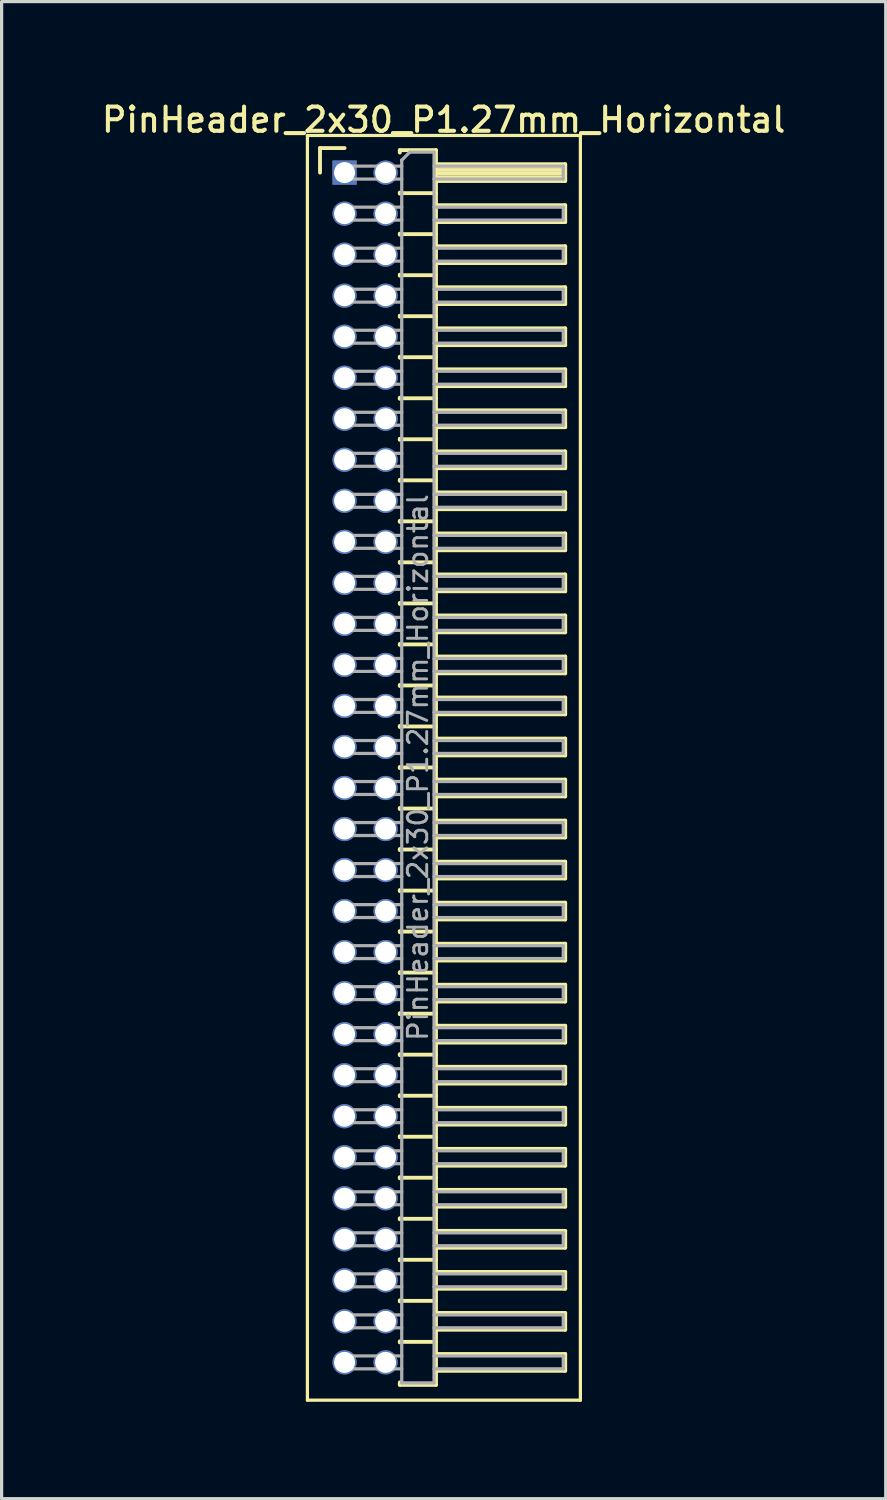
<source format=kicad_pcb>
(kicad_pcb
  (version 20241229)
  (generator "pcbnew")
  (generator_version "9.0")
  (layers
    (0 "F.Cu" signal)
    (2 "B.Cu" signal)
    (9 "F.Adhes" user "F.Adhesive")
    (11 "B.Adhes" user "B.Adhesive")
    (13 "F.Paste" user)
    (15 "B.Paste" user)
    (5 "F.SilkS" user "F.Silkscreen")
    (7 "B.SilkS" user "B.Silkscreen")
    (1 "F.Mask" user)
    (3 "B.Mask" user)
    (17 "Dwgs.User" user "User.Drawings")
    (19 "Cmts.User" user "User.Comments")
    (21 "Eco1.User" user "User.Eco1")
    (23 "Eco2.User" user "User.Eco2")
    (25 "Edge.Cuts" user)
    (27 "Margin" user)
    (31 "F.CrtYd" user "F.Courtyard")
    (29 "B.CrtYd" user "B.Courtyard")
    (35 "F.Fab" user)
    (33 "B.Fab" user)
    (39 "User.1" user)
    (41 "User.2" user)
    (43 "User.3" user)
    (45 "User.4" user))
  (footprint "PinHeader_2x30_P1.27mm_Horizontal"
    (layer "F.Cu")
    (at 7.616 2.293)
    (property "Reference" "PinHeader_2x30_P1.27mm_Horizontal" (at 3.067 -1.635 0) (layer "F.SilkS") (effects (font (size 0.75 0.75) (thickness 0.125))))
    (attr through_hole)
    (fp_line (start -1.15 -1.15) (end -1.15 38) (stroke (width 0.1) (type solid)) (layer "F.SilkS"))
    (fp_line (start -1.15 38) (end 7.3 38) (stroke (width 0.1) (type solid)) (layer "F.SilkS"))
    (fp_line (start -0.76 -0.76) (end 0 -0.76) (stroke (width 0.12) (type solid)) (layer "F.SilkS"))
    (fp_line (start -0.76 0) (end -0.76 -0.76) (stroke (width 0.12) (type solid)) (layer "F.SilkS"))
    (fp_line (start 1.71 -0.695) (end 2.83 -0.695) (stroke (width 0.12) (type solid)) (layer "F.SilkS"))
    (fp_line (start 1.71 -0.62) (end 1.71 -0.695) (stroke (width 0.12) (type solid)) (layer "F.SilkS"))
    (fp_line (start 1.71 0.62) (end 1.71 0.65) (stroke (width 0.12) (type solid)) (layer "F.SilkS"))
    (fp_line (start 1.71 0.635) (end 2.83 0.635) (stroke (width 0.12) (type solid)) (layer "F.SilkS"))
    (fp_line (start 1.71 1.89) (end 1.71 1.92) (stroke (width 0.12) (type solid)) (layer "F.SilkS"))
    (fp_line (start 1.71 1.905) (end 2.83 1.905) (stroke (width 0.12) (type solid)) (layer "F.SilkS"))
    (fp_line (start 1.71 3.16) (end 1.71 3.19) (stroke (width 0.12) (type solid)) (layer "F.SilkS"))
    (fp_line (start 1.71 3.175) (end 2.83 3.175) (stroke (width 0.12) (type solid)) (layer "F.SilkS"))
    (fp_line (start 1.71 4.43) (end 1.71 4.46) (stroke (width 0.12) (type solid)) (layer "F.SilkS"))
    (fp_line (start 1.71 4.445) (end 2.83 4.445) (stroke (width 0.12) (type solid)) (layer "F.SilkS"))
    (fp_line (start 1.71 5.7) (end 1.71 5.73) (stroke (width 0.12) (type solid)) (layer "F.SilkS"))
    (fp_line (start 1.71 5.715) (end 2.83 5.715) (stroke (width 0.12) (type solid)) (layer "F.SilkS"))
    (fp_line (start 1.71 6.97) (end 1.71 7) (stroke (width 0.12) (type solid)) (layer "F.SilkS"))
    (fp_line (start 1.71 6.985) (end 2.83 6.985) (stroke (width 0.12) (type solid)) (layer "F.SilkS"))
    (fp_line (start 1.71 8.24) (end 1.71 8.27) (stroke (width 0.12) (type solid)) (layer "F.SilkS"))
    (fp_line (start 1.71 8.255) (end 2.83 8.255) (stroke (width 0.12) (type solid)) (layer "F.SilkS"))
    (fp_line (start 1.71 9.51) (end 1.71 9.54) (stroke (width 0.12) (type solid)) (layer "F.SilkS"))
    (fp_line (start 1.71 9.525) (end 2.83 9.525) (stroke (width 0.12) (type solid)) (layer "F.SilkS"))
    (fp_line (start 1.71 10.78) (end 1.71 10.81) (stroke (width 0.12) (type solid)) (layer "F.SilkS"))
    (fp_line (start 1.71 10.795) (end 2.83 10.795) (stroke (width 0.12) (type solid)) (layer "F.SilkS"))
    (fp_line (start 1.71 12.05) (end 1.71 12.08) (stroke (width 0.12) (type solid)) (layer "F.SilkS"))
    (fp_line (start 1.71 12.065) (end 2.83 12.065) (stroke (width 0.12) (type solid)) (layer "F.SilkS"))
    (fp_line (start 1.71 13.32) (end 1.71 13.35) (stroke (width 0.12) (type solid)) (layer "F.SilkS"))
    (fp_line (start 1.71 13.335) (end 2.83 13.335) (stroke (width 0.12) (type solid)) (layer "F.SilkS"))
    (fp_line (start 1.71 14.59) (end 1.71 14.62) (stroke (width 0.12) (type solid)) (layer "F.SilkS"))
    (fp_line (start 1.71 14.605) (end 2.83 14.605) (stroke (width 0.12) (type solid)) (layer "F.SilkS"))
    (fp_line (start 1.71 15.86) (end 1.71 15.89) (stroke (width 0.12) (type solid)) (layer "F.SilkS"))
    (fp_line (start 1.71 15.875) (end 2.83 15.875) (stroke (width 0.12) (type solid)) (layer "F.SilkS"))
    (fp_line (start 1.71 17.13) (end 1.71 17.16) (stroke (width 0.12) (type solid)) (layer "F.SilkS"))
    (fp_line (start 1.71 17.145) (end 2.83 17.145) (stroke (width 0.12) (type solid)) (layer "F.SilkS"))
    (fp_line (start 1.71 18.4) (end 1.71 18.43) (stroke (width 0.12) (type solid)) (layer "F.SilkS"))
    (fp_line (start 1.71 18.415) (end 2.83 18.415) (stroke (width 0.12) (type solid)) (layer "F.SilkS"))
    (fp_line (start 1.71 19.67) (end 1.71 19.7) (stroke (width 0.12) (type solid)) (layer "F.SilkS"))
    (fp_line (start 1.71 19.685) (end 2.83 19.685) (stroke (width 0.12) (type solid)) (layer "F.SilkS"))
    (fp_line (start 1.71 20.94) (end 1.71 20.97) (stroke (width 0.12) (type solid)) (layer "F.SilkS"))
    (fp_line (start 1.71 20.955) (end 2.83 20.955) (stroke (width 0.12) (type solid)) (layer "F.SilkS"))
    (fp_line (start 1.71 22.21) (end 1.71 22.24) (stroke (width 0.12) (type solid)) (layer "F.SilkS"))
    (fp_line (start 1.71 22.225) (end 2.83 22.225) (stroke (width 0.12) (type solid)) (layer "F.SilkS"))
    (fp_line (start 1.71 23.48) (end 1.71 23.51) (stroke (width 0.12) (type solid)) (layer "F.SilkS"))
    (fp_line (start 1.71 23.495) (end 2.83 23.495) (stroke (width 0.12) (type solid)) (layer "F.SilkS"))
    (fp_line (start 1.71 24.75) (end 1.71 24.78) (stroke (width 0.12) (type solid)) (layer "F.SilkS"))
    (fp_line (start 1.71 24.765) (end 2.83 24.765) (stroke (width 0.12) (type solid)) (layer "F.SilkS"))
    (fp_line (start 1.71 26.02) (end 1.71 26.05) (stroke (width 0.12) (type solid)) (layer "F.SilkS"))
    (fp_line (start 1.71 26.035) (end 2.83 26.035) (stroke (width 0.12) (type solid)) (layer "F.SilkS"))
    (fp_line (start 1.71 27.29) (end 1.71 27.32) (stroke (width 0.12) (type solid)) (layer "F.SilkS"))
    (fp_line (start 1.71 27.305) (end 2.83 27.305) (stroke (width 0.12) (type solid)) (layer "F.SilkS"))
    (fp_line (start 1.71 28.56) (end 1.71 28.59) (stroke (width 0.12) (type solid)) (layer "F.SilkS"))
    (fp_line (start 1.71 28.575) (end 2.83 28.575) (stroke (width 0.12) (type solid)) (layer "F.SilkS"))
    (fp_line (start 1.71 29.83) (end 1.71 29.86) (stroke (width 0.12) (type solid)) (layer "F.SilkS"))
    (fp_line (start 1.71 29.845) (end 2.83 29.845) (stroke (width 0.12) (type solid)) (layer "F.SilkS"))
    (fp_line (start 1.71 31.1) (end 1.71 31.13) (stroke (width 0.12) (type solid)) (layer "F.SilkS"))
    (fp_line (start 1.71 31.115) (end 2.83 31.115) (stroke (width 0.12) (type solid)) (layer "F.SilkS"))
    (fp_line (start 1.71 32.37) (end 1.71 32.4) (stroke (width 0.12) (type solid)) (layer "F.SilkS"))
    (fp_line (start 1.71 32.385) (end 2.83 32.385) (stroke (width 0.12) (type solid)) (layer "F.SilkS"))
    (fp_line (start 1.71 33.64) (end 1.71 33.67) (stroke (width 0.12) (type solid)) (layer "F.SilkS"))
    (fp_line (start 1.71 33.655) (end 2.83 33.655) (stroke (width 0.12) (type solid)) (layer "F.SilkS"))
    (fp_line (start 1.71 34.91) (end 1.71 34.94) (stroke (width 0.12) (type solid)) (layer "F.SilkS"))
    (fp_line (start 1.71 34.925) (end 2.83 34.925) (stroke (width 0.12) (type solid)) (layer "F.SilkS"))
    (fp_line (start 1.71 36.18) (end 1.71 36.21) (stroke (width 0.12) (type solid)) (layer "F.SilkS"))
    (fp_line (start 1.71 36.195) (end 2.83 36.195) (stroke (width 0.12) (type solid)) (layer "F.SilkS"))
    (fp_line (start 1.71 37.525) (end 1.71 37.45) (stroke (width 0.12) (type solid)) (layer "F.SilkS"))
    (fp_line (start 2.83 -0.695) (end 2.83 37.525) (stroke (width 0.12) (type solid)) (layer "F.SilkS"))
    (fp_line (start 2.83 -0.26) (end 6.83 -0.26) (stroke (width 0.12) (type solid)) (layer "F.SilkS"))
    (fp_line (start 2.83 -0.2) (end 6.83 -0.2) (stroke (width 0.12) (type solid)) (layer "F.SilkS"))
    (fp_line (start 2.83 -0.08) (end 6.83 -0.08) (stroke (width 0.12) (type solid)) (layer "F.SilkS"))
    (fp_line (start 2.83 0.04) (end 6.83 0.04) (stroke (width 0.12) (type solid)) (layer "F.SilkS"))
    (fp_line (start 2.83 0.16) (end 6.83 0.16) (stroke (width 0.12) (type solid)) (layer "F.SilkS"))
    (fp_line (start 2.83 1.01) (end 6.83 1.01) (stroke (width 0.12) (type solid)) (layer "F.SilkS"))
    (fp_line (start 2.83 2.28) (end 6.83 2.28) (stroke (width 0.12) (type solid)) (layer "F.SilkS"))
    (fp_line (start 2.83 3.55) (end 6.83 3.55) (stroke (width 0.12) (type solid)) (layer "F.SilkS"))
    (fp_line (start 2.83 4.82) (end 6.83 4.82) (stroke (width 0.12) (type solid)) (layer "F.SilkS"))
    (fp_line (start 2.83 6.09) (end 6.83 6.09) (stroke (width 0.12) (type solid)) (layer "F.SilkS"))
    (fp_line (start 2.83 7.36) (end 6.83 7.36) (stroke (width 0.12) (type solid)) (layer "F.SilkS"))
    (fp_line (start 2.83 8.63) (end 6.83 8.63) (stroke (width 0.12) (type solid)) (layer "F.SilkS"))
    (fp_line (start 2.83 9.9) (end 6.83 9.9) (stroke (width 0.12) (type solid)) (layer "F.SilkS"))
    (fp_line (start 2.83 11.17) (end 6.83 11.17) (stroke (width 0.12) (type solid)) (layer "F.SilkS"))
    (fp_line (start 2.83 12.44) (end 6.83 12.44) (stroke (width 0.12) (type solid)) (layer "F.SilkS"))
    (fp_line (start 2.83 13.71) (end 6.83 13.71) (stroke (width 0.12) (type solid)) (layer "F.SilkS"))
    (fp_line (start 2.83 14.98) (end 6.83 14.98) (stroke (width 0.12) (type solid)) (layer "F.SilkS"))
    (fp_line (start 2.83 16.25) (end 6.83 16.25) (stroke (width 0.12) (type solid)) (layer "F.SilkS"))
    (fp_line (start 2.83 17.52) (end 6.83 17.52) (stroke (width 0.12) (type solid)) (layer "F.SilkS"))
    (fp_line (start 2.83 18.79) (end 6.83 18.79) (stroke (width 0.12) (type solid)) (layer "F.SilkS"))
    (fp_line (start 2.83 20.06) (end 6.83 20.06) (stroke (width 0.12) (type solid)) (layer "F.SilkS"))
    (fp_line (start 2.83 21.33) (end 6.83 21.33) (stroke (width 0.12) (type solid)) (layer "F.SilkS"))
    (fp_line (start 2.83 22.6) (end 6.83 22.6) (stroke (width 0.12) (type solid)) (layer "F.SilkS"))
    (fp_line (start 2.83 23.87) (end 6.83 23.87) (stroke (width 0.12) (type solid)) (layer "F.SilkS"))
    (fp_line (start 2.83 25.14) (end 6.83 25.14) (stroke (width 0.12) (type solid)) (layer "F.SilkS"))
    (fp_line (start 2.83 26.41) (end 6.83 26.41) (stroke (width 0.12) (type solid)) (layer "F.SilkS"))
    (fp_line (start 2.83 27.68) (end 6.83 27.68) (stroke (width 0.12) (type solid)) (layer "F.SilkS"))
    (fp_line (start 2.83 28.95) (end 6.83 28.95) (stroke (width 0.12) (type solid)) (layer "F.SilkS"))
    (fp_line (start 2.83 30.22) (end 6.83 30.22) (stroke (width 0.12) (type solid)) (layer "F.SilkS"))
    (fp_line (start 2.83 31.49) (end 6.83 31.49) (stroke (width 0.12) (type solid)) (layer "F.SilkS"))
    (fp_line (start 2.83 32.76) (end 6.83 32.76) (stroke (width 0.12) (type solid)) (layer "F.SilkS"))
    (fp_line (start 2.83 34.03) (end 6.83 34.03) (stroke (width 0.12) (type solid)) (layer "F.SilkS"))
    (fp_line (start 2.83 35.3) (end 6.83 35.3) (stroke (width 0.12) (type solid)) (layer "F.SilkS"))
    (fp_line (start 2.83 36.57) (end 6.83 36.57) (stroke (width 0.12) (type solid)) (layer "F.SilkS"))
    (fp_line (start 2.83 37.525) (end 1.71 37.525) (stroke (width 0.12) (type solid)) (layer "F.SilkS"))
    (fp_line (start 6.83 -0.26) (end 6.83 0.26) (stroke (width 0.12) (type solid)) (layer "F.SilkS"))
    (fp_line (start 6.83 0.26) (end 2.83 0.26) (stroke (width 0.12) (type solid)) (layer "F.SilkS"))
    (fp_line (start 6.83 1.01) (end 6.83 1.53) (stroke (width 0.12) (type solid)) (layer "F.SilkS"))
    (fp_line (start 6.83 1.53) (end 2.83 1.53) (stroke (width 0.12) (type solid)) (layer "F.SilkS"))
    (fp_line (start 6.83 2.28) (end 6.83 2.8) (stroke (width 0.12) (type solid)) (layer "F.SilkS"))
    (fp_line (start 6.83 2.8) (end 2.83 2.8) (stroke (width 0.12) (type solid)) (layer "F.SilkS"))
    (fp_line (start 6.83 3.55) (end 6.83 4.07) (stroke (width 0.12) (type solid)) (layer "F.SilkS"))
    (fp_line (start 6.83 4.07) (end 2.83 4.07) (stroke (width 0.12) (type solid)) (layer "F.SilkS"))
    (fp_line (start 6.83 4.82) (end 6.83 5.34) (stroke (width 0.12) (type solid)) (layer "F.SilkS"))
    (fp_line (start 6.83 5.34) (end 2.83 5.34) (stroke (width 0.12) (type solid)) (layer "F.SilkS"))
    (fp_line (start 6.83 6.09) (end 6.83 6.61) (stroke (width 0.12) (type solid)) (layer "F.SilkS"))
    (fp_line (start 6.83 6.61) (end 2.83 6.61) (stroke (width 0.12) (type solid)) (layer "F.SilkS"))
    (fp_line (start 6.83 7.36) (end 6.83 7.88) (stroke (width 0.12) (type solid)) (layer "F.SilkS"))
    (fp_line (start 6.83 7.88) (end 2.83 7.88) (stroke (width 0.12) (type solid)) (layer "F.SilkS"))
    (fp_line (start 6.83 8.63) (end 6.83 9.15) (stroke (width 0.12) (type solid)) (layer "F.SilkS"))
    (fp_line (start 6.83 9.15) (end 2.83 9.15) (stroke (width 0.12) (type solid)) (layer "F.SilkS"))
    (fp_line (start 6.83 9.9) (end 6.83 10.42) (stroke (width 0.12) (type solid)) (layer "F.SilkS"))
    (fp_line (start 6.83 10.42) (end 2.83 10.42) (stroke (width 0.12) (type solid)) (layer "F.SilkS"))
    (fp_line (start 6.83 11.17) (end 6.83 11.69) (stroke (width 0.12) (type solid)) (layer "F.SilkS"))
    (fp_line (start 6.83 11.69) (end 2.83 11.69) (stroke (width 0.12) (type solid)) (layer "F.SilkS"))
    (fp_line (start 6.83 12.44) (end 6.83 12.96) (stroke (width 0.12) (type solid)) (layer "F.SilkS"))
    (fp_line (start 6.83 12.96) (end 2.83 12.96) (stroke (width 0.12) (type solid)) (layer "F.SilkS"))
    (fp_line (start 6.83 13.71) (end 6.83 14.23) (stroke (width 0.12) (type solid)) (layer "F.SilkS"))
    (fp_line (start 6.83 14.23) (end 2.83 14.23) (stroke (width 0.12) (type solid)) (layer "F.SilkS"))
    (fp_line (start 6.83 14.98) (end 6.83 15.5) (stroke (width 0.12) (type solid)) (layer "F.SilkS"))
    (fp_line (start 6.83 15.5) (end 2.83 15.5) (stroke (width 0.12) (type solid)) (layer "F.SilkS"))
    (fp_line (start 6.83 16.25) (end 6.83 16.77) (stroke (width 0.12) (type solid)) (layer "F.SilkS"))
    (fp_line (start 6.83 16.77) (end 2.83 16.77) (stroke (width 0.12) (type solid)) (layer "F.SilkS"))
    (fp_line (start 6.83 17.52) (end 6.83 18.04) (stroke (width 0.12) (type solid)) (layer "F.SilkS"))
    (fp_line (start 6.83 18.04) (end 2.83 18.04) (stroke (width 0.12) (type solid)) (layer "F.SilkS"))
    (fp_line (start 6.83 18.79) (end 6.83 19.31) (stroke (width 0.12) (type solid)) (layer "F.SilkS"))
    (fp_line (start 6.83 19.31) (end 2.83 19.31) (stroke (width 0.12) (type solid)) (layer "F.SilkS"))
    (fp_line (start 6.83 20.06) (end 6.83 20.58) (stroke (width 0.12) (type solid)) (layer "F.SilkS"))
    (fp_line (start 6.83 20.58) (end 2.83 20.58) (stroke (width 0.12) (type solid)) (layer "F.SilkS"))
    (fp_line (start 6.83 21.33) (end 6.83 21.85) (stroke (width 0.12) (type solid)) (layer "F.SilkS"))
    (fp_line (start 6.83 21.85) (end 2.83 21.85) (stroke (width 0.12) (type solid)) (layer "F.SilkS"))
    (fp_line (start 6.83 22.6) (end 6.83 23.12) (stroke (width 0.12) (type solid)) (layer "F.SilkS"))
    (fp_line (start 6.83 23.12) (end 2.83 23.12) (stroke (width 0.12) (type solid)) (layer "F.SilkS"))
    (fp_line (start 6.83 23.87) (end 6.83 24.39) (stroke (width 0.12) (type solid)) (layer "F.SilkS"))
    (fp_line (start 6.83 24.39) (end 2.83 24.39) (stroke (width 0.12) (type solid)) (layer "F.SilkS"))
    (fp_line (start 6.83 25.14) (end 6.83 25.66) (stroke (width 0.12) (type solid)) (layer "F.SilkS"))
    (fp_line (start 6.83 25.66) (end 2.83 25.66) (stroke (width 0.12) (type solid)) (layer "F.SilkS"))
    (fp_line (start 6.83 26.41) (end 6.83 26.93) (stroke (width 0.12) (type solid)) (layer "F.SilkS"))
    (fp_line (start 6.83 26.93) (end 2.83 26.93) (stroke (width 0.12) (type solid)) (layer "F.SilkS"))
    (fp_line (start 6.83 27.68) (end 6.83 28.2) (stroke (width 0.12) (type solid)) (layer "F.SilkS"))
    (fp_line (start 6.83 28.2) (end 2.83 28.2) (stroke (width 0.12) (type solid)) (layer "F.SilkS"))
    (fp_line (start 6.83 28.95) (end 6.83 29.47) (stroke (width 0.12) (type solid)) (layer "F.SilkS"))
    (fp_line (start 6.83 29.47) (end 2.83 29.47) (stroke (width 0.12) (type solid)) (layer "F.SilkS"))
    (fp_line (start 6.83 30.22) (end 6.83 30.74) (stroke (width 0.12) (type solid)) (layer "F.SilkS"))
    (fp_line (start 6.83 30.74) (end 2.83 30.74) (stroke (width 0.12) (type solid)) (layer "F.SilkS"))
    (fp_line (start 6.83 31.49) (end 6.83 32.01) (stroke (width 0.12) (type solid)) (layer "F.SilkS"))
    (fp_line (start 6.83 32.01) (end 2.83 32.01) (stroke (width 0.12) (type solid)) (layer "F.SilkS"))
    (fp_line (start 6.83 32.76) (end 6.83 33.28) (stroke (width 0.12) (type solid)) (layer "F.SilkS"))
    (fp_line (start 6.83 33.28) (end 2.83 33.28) (stroke (width 0.12) (type solid)) (layer "F.SilkS"))
    (fp_line (start 6.83 34.03) (end 6.83 34.55) (stroke (width 0.12) (type solid)) (layer "F.SilkS"))
    (fp_line (start 6.83 34.55) (end 2.83 34.55) (stroke (width 0.12) (type solid)) (layer "F.SilkS"))
    (fp_line (start 6.83 35.3) (end 6.83 35.82) (stroke (width 0.12) (type solid)) (layer "F.SilkS"))
    (fp_line (start 6.83 35.82) (end 2.83 35.82) (stroke (width 0.12) (type solid)) (layer "F.SilkS"))
    (fp_line (start 6.83 36.57) (end 6.83 37.09) (stroke (width 0.12) (type solid)) (layer "F.SilkS"))
    (fp_line (start 6.83 37.09) (end 2.83 37.09) (stroke (width 0.12) (type solid)) (layer "F.SilkS"))
    (fp_line (start 7.3 -1.15) (end -1.15 -1.15) (stroke (width 0.1) (type solid)) (layer "F.SilkS"))
    (fp_line (start 7.3 38) (end 7.3 -1.15) (stroke (width 0.1) (type solid)) (layer "F.SilkS"))
    (fp_line (start -0.2 -0.2) (end -0.2 0.2) (stroke (width 0.1) (type solid)) (layer "F.Fab"))
    (fp_line (start -0.2 -0.2) (end 1.77 -0.2) (stroke (width 0.1) (type solid)) (layer "F.Fab"))
    (fp_line (start -0.2 0.2) (end 1.77 0.2) (stroke (width 0.1) (type solid)) (layer "F.Fab"))
    (fp_line (start -0.2 1.07) (end -0.2 1.47) (stroke (width 0.1) (type solid)) (layer "F.Fab"))
    (fp_line (start -0.2 1.07) (end 1.77 1.07) (stroke (width 0.1) (type solid)) (layer "F.Fab"))
    (fp_line (start -0.2 1.47) (end 1.77 1.47) (stroke (width 0.1) (type solid)) (layer "F.Fab"))
    (fp_line (start -0.2 2.34) (end -0.2 2.74) (stroke (width 0.1) (type solid)) (layer "F.Fab"))
    (fp_line (start -0.2 2.34) (end 1.77 2.34) (stroke (width 0.1) (type solid)) (layer "F.Fab"))
    (fp_line (start -0.2 2.74) (end 1.77 2.74) (stroke (width 0.1) (type solid)) (layer "F.Fab"))
    (fp_line (start -0.2 3.61) (end -0.2 4.01) (stroke (width 0.1) (type solid)) (layer "F.Fab"))
    (fp_line (start -0.2 3.61) (end 1.77 3.61) (stroke (width 0.1) (type solid)) (layer "F.Fab"))
    (fp_line (start -0.2 4.01) (end 1.77 4.01) (stroke (width 0.1) (type solid)) (layer "F.Fab"))
    (fp_line (start -0.2 4.88) (end -0.2 5.28) (stroke (width 0.1) (type solid)) (layer "F.Fab"))
    (fp_line (start -0.2 4.88) (end 1.77 4.88) (stroke (width 0.1) (type solid)) (layer "F.Fab"))
    (fp_line (start -0.2 5.28) (end 1.77 5.28) (stroke (width 0.1) (type solid)) (layer "F.Fab"))
    (fp_line (start -0.2 6.15) (end -0.2 6.55) (stroke (width 0.1) (type solid)) (layer "F.Fab"))
    (fp_line (start -0.2 6.15) (end 1.77 6.15) (stroke (width 0.1) (type solid)) (layer "F.Fab"))
    (fp_line (start -0.2 6.55) (end 1.77 6.55) (stroke (width 0.1) (type solid)) (layer "F.Fab"))
    (fp_line (start -0.2 7.42) (end -0.2 7.82) (stroke (width 0.1) (type solid)) (layer "F.Fab"))
    (fp_line (start -0.2 7.42) (end 1.77 7.42) (stroke (width 0.1) (type solid)) (layer "F.Fab"))
    (fp_line (start -0.2 7.82) (end 1.77 7.82) (stroke (width 0.1) (type solid)) (layer "F.Fab"))
    (fp_line (start -0.2 8.69) (end -0.2 9.09) (stroke (width 0.1) (type solid)) (layer "F.Fab"))
    (fp_line (start -0.2 8.69) (end 1.77 8.69) (stroke (width 0.1) (type solid)) (layer "F.Fab"))
    (fp_line (start -0.2 9.09) (end 1.77 9.09) (stroke (width 0.1) (type solid)) (layer "F.Fab"))
    (fp_line (start -0.2 9.96) (end -0.2 10.36) (stroke (width 0.1) (type solid)) (layer "F.Fab"))
    (fp_line (start -0.2 9.96) (end 1.77 9.96) (stroke (width 0.1) (type solid)) (layer "F.Fab"))
    (fp_line (start -0.2 10.36) (end 1.77 10.36) (stroke (width 0.1) (type solid)) (layer "F.Fab"))
    (fp_line (start -0.2 11.23) (end -0.2 11.63) (stroke (width 0.1) (type solid)) (layer "F.Fab"))
    (fp_line (start -0.2 11.23) (end 1.77 11.23) (stroke (width 0.1) (type solid)) (layer "F.Fab"))
    (fp_line (start -0.2 11.63) (end 1.77 11.63) (stroke (width 0.1) (type solid)) (layer "F.Fab"))
    (fp_line (start -0.2 12.5) (end -0.2 12.9) (stroke (width 0.1) (type solid)) (layer "F.Fab"))
    (fp_line (start -0.2 12.5) (end 1.77 12.5) (stroke (width 0.1) (type solid)) (layer "F.Fab"))
    (fp_line (start -0.2 12.9) (end 1.77 12.9) (stroke (width 0.1) (type solid)) (layer "F.Fab"))
    (fp_line (start -0.2 13.77) (end -0.2 14.17) (stroke (width 0.1) (type solid)) (layer "F.Fab"))
    (fp_line (start -0.2 13.77) (end 1.77 13.77) (stroke (width 0.1) (type solid)) (layer "F.Fab"))
    (fp_line (start -0.2 14.17) (end 1.77 14.17) (stroke (width 0.1) (type solid)) (layer "F.Fab"))
    (fp_line (start -0.2 15.04) (end -0.2 15.44) (stroke (width 0.1) (type solid)) (layer "F.Fab"))
    (fp_line (start -0.2 15.04) (end 1.77 15.04) (stroke (width 0.1) (type solid)) (layer "F.Fab"))
    (fp_line (start -0.2 15.44) (end 1.77 15.44) (stroke (width 0.1) (type solid)) (layer "F.Fab"))
    (fp_line (start -0.2 16.31) (end -0.2 16.71) (stroke (width 0.1) (type solid)) (layer "F.Fab"))
    (fp_line (start -0.2 16.31) (end 1.77 16.31) (stroke (width 0.1) (type solid)) (layer "F.Fab"))
    (fp_line (start -0.2 16.71) (end 1.77 16.71) (stroke (width 0.1) (type solid)) (layer "F.Fab"))
    (fp_line (start -0.2 17.58) (end -0.2 17.98) (stroke (width 0.1) (type solid)) (layer "F.Fab"))
    (fp_line (start -0.2 17.58) (end 1.77 17.58) (stroke (width 0.1) (type solid)) (layer "F.Fab"))
    (fp_line (start -0.2 17.98) (end 1.77 17.98) (stroke (width 0.1) (type solid)) (layer "F.Fab"))
    (fp_line (start -0.2 18.85) (end -0.2 19.25) (stroke (width 0.1) (type solid)) (layer "F.Fab"))
    (fp_line (start -0.2 18.85) (end 1.77 18.85) (stroke (width 0.1) (type solid)) (layer "F.Fab"))
    (fp_line (start -0.2 19.25) (end 1.77 19.25) (stroke (width 0.1) (type solid)) (layer "F.Fab"))
    (fp_line (start -0.2 20.12) (end -0.2 20.52) (stroke (width 0.1) (type solid)) (layer "F.Fab"))
    (fp_line (start -0.2 20.12) (end 1.77 20.12) (stroke (width 0.1) (type solid)) (layer "F.Fab"))
    (fp_line (start -0.2 20.52) (end 1.77 20.52) (stroke (width 0.1) (type solid)) (layer "F.Fab"))
    (fp_line (start -0.2 21.39) (end -0.2 21.79) (stroke (width 0.1) (type solid)) (layer "F.Fab"))
    (fp_line (start -0.2 21.39) (end 1.77 21.39) (stroke (width 0.1) (type solid)) (layer "F.Fab"))
    (fp_line (start -0.2 21.79) (end 1.77 21.79) (stroke (width 0.1) (type solid)) (layer "F.Fab"))
    (fp_line (start -0.2 22.66) (end -0.2 23.06) (stroke (width 0.1) (type solid)) (layer "F.Fab"))
    (fp_line (start -0.2 22.66) (end 1.77 22.66) (stroke (width 0.1) (type solid)) (layer "F.Fab"))
    (fp_line (start -0.2 23.06) (end 1.77 23.06) (stroke (width 0.1) (type solid)) (layer "F.Fab"))
    (fp_line (start -0.2 23.93) (end -0.2 24.33) (stroke (width 0.1) (type solid)) (layer "F.Fab"))
    (fp_line (start -0.2 23.93) (end 1.77 23.93) (stroke (width 0.1) (type solid)) (layer "F.Fab"))
    (fp_line (start -0.2 24.33) (end 1.77 24.33) (stroke (width 0.1) (type solid)) (layer "F.Fab"))
    (fp_line (start -0.2 25.2) (end -0.2 25.6) (stroke (width 0.1) (type solid)) (layer "F.Fab"))
    (fp_line (start -0.2 25.2) (end 1.77 25.2) (stroke (width 0.1) (type solid)) (layer "F.Fab"))
    (fp_line (start -0.2 25.6) (end 1.77 25.6) (stroke (width 0.1) (type solid)) (layer "F.Fab"))
    (fp_line (start -0.2 26.47) (end -0.2 26.87) (stroke (width 0.1) (type solid)) (layer "F.Fab"))
    (fp_line (start -0.2 26.47) (end 1.77 26.47) (stroke (width 0.1) (type solid)) (layer "F.Fab"))
    (fp_line (start -0.2 26.87) (end 1.77 26.87) (stroke (width 0.1) (type solid)) (layer "F.Fab"))
    (fp_line (start -0.2 27.74) (end -0.2 28.14) (stroke (width 0.1) (type solid)) (layer "F.Fab"))
    (fp_line (start -0.2 27.74) (end 1.77 27.74) (stroke (width 0.1) (type solid)) (layer "F.Fab"))
    (fp_line (start -0.2 28.14) (end 1.77 28.14) (stroke (width 0.1) (type solid)) (layer "F.Fab"))
    (fp_line (start -0.2 29.01) (end -0.2 29.41) (stroke (width 0.1) (type solid)) (layer "F.Fab"))
    (fp_line (start -0.2 29.01) (end 1.77 29.01) (stroke (width 0.1) (type solid)) (layer "F.Fab"))
    (fp_line (start -0.2 29.41) (end 1.77 29.41) (stroke (width 0.1) (type solid)) (layer "F.Fab"))
    (fp_line (start -0.2 30.28) (end -0.2 30.68) (stroke (width 0.1) (type solid)) (layer "F.Fab"))
    (fp_line (start -0.2 30.28) (end 1.77 30.28) (stroke (width 0.1) (type solid)) (layer "F.Fab"))
    (fp_line (start -0.2 30.68) (end 1.77 30.68) (stroke (width 0.1) (type solid)) (layer "F.Fab"))
    (fp_line (start -0.2 31.55) (end -0.2 31.95) (stroke (width 0.1) (type solid)) (layer "F.Fab"))
    (fp_line (start -0.2 31.55) (end 1.77 31.55) (stroke (width 0.1) (type solid)) (layer "F.Fab"))
    (fp_line (start -0.2 31.95) (end 1.77 31.95) (stroke (width 0.1) (type solid)) (layer "F.Fab"))
    (fp_line (start -0.2 32.82) (end -0.2 33.22) (stroke (width 0.1) (type solid)) (layer "F.Fab"))
    (fp_line (start -0.2 32.82) (end 1.77 32.82) (stroke (width 0.1) (type solid)) (layer "F.Fab"))
    (fp_line (start -0.2 33.22) (end 1.77 33.22) (stroke (width 0.1) (type solid)) (layer "F.Fab"))
    (fp_line (start -0.2 34.09) (end -0.2 34.49) (stroke (width 0.1) (type solid)) (layer "F.Fab"))
    (fp_line (start -0.2 34.09) (end 1.77 34.09) (stroke (width 0.1) (type solid)) (layer "F.Fab"))
    (fp_line (start -0.2 34.49) (end 1.77 34.49) (stroke (width 0.1) (type solid)) (layer "F.Fab"))
    (fp_line (start -0.2 35.36) (end -0.2 35.76) (stroke (width 0.1) (type solid)) (layer "F.Fab"))
    (fp_line (start -0.2 35.36) (end 1.77 35.36) (stroke (width 0.1) (type solid)) (layer "F.Fab"))
    (fp_line (start -0.2 35.76) (end 1.77 35.76) (stroke (width 0.1) (type solid)) (layer "F.Fab"))
    (fp_line (start -0.2 36.63) (end -0.2 37.03) (stroke (width 0.1) (type solid)) (layer "F.Fab"))
    (fp_line (start -0.2 36.63) (end 1.77 36.63) (stroke (width 0.1) (type solid)) (layer "F.Fab"))
    (fp_line (start -0.2 37.03) (end 1.77 37.03) (stroke (width 0.1) (type solid)) (layer "F.Fab"))
    (fp_line (start 1.77 -0.385) (end 2.02 -0.635) (stroke (width 0.1) (type solid)) (layer "F.Fab"))
    (fp_line (start 1.77 37.465) (end 1.77 -0.385) (stroke (width 0.1) (type solid)) (layer "F.Fab"))
    (fp_line (start 2.02 -0.635) (end 2.77 -0.635) (stroke (width 0.1) (type solid)) (layer "F.Fab"))
    (fp_line (start 2.77 -0.635) (end 2.77 37.465) (stroke (width 0.1) (type solid)) (layer "F.Fab"))
    (fp_line (start 2.77 -0.2) (end 6.77 -0.2) (stroke (width 0.1) (type solid)) (layer "F.Fab"))
    (fp_line (start 2.77 0.2) (end 6.77 0.2) (stroke (width 0.1) (type solid)) (layer "F.Fab"))
    (fp_line (start 2.77 1.07) (end 6.77 1.07) (stroke (width 0.1) (type solid)) (layer "F.Fab"))
    (fp_line (start 2.77 1.47) (end 6.77 1.47) (stroke (width 0.1) (type solid)) (layer "F.Fab"))
    (fp_line (start 2.77 2.34) (end 6.77 2.34) (stroke (width 0.1) (type solid)) (layer "F.Fab"))
    (fp_line (start 2.77 2.74) (end 6.77 2.74) (stroke (width 0.1) (type solid)) (layer "F.Fab"))
    (fp_line (start 2.77 3.61) (end 6.77 3.61) (stroke (width 0.1) (type solid)) (layer "F.Fab"))
    (fp_line (start 2.77 4.01) (end 6.77 4.01) (stroke (width 0.1) (type solid)) (layer "F.Fab"))
    (fp_line (start 2.77 4.88) (end 6.77 4.88) (stroke (width 0.1) (type solid)) (layer "F.Fab"))
    (fp_line (start 2.77 5.28) (end 6.77 5.28) (stroke (width 0.1) (type solid)) (layer "F.Fab"))
    (fp_line (start 2.77 6.15) (end 6.77 6.15) (stroke (width 0.1) (type solid)) (layer "F.Fab"))
    (fp_line (start 2.77 6.55) (end 6.77 6.55) (stroke (width 0.1) (type solid)) (layer "F.Fab"))
    (fp_line (start 2.77 7.42) (end 6.77 7.42) (stroke (width 0.1) (type solid)) (layer "F.Fab"))
    (fp_line (start 2.77 7.82) (end 6.77 7.82) (stroke (width 0.1) (type solid)) (layer "F.Fab"))
    (fp_line (start 2.77 8.69) (end 6.77 8.69) (stroke (width 0.1) (type solid)) (layer "F.Fab"))
    (fp_line (start 2.77 9.09) (end 6.77 9.09) (stroke (width 0.1) (type solid)) (layer "F.Fab"))
    (fp_line (start 2.77 9.96) (end 6.77 9.96) (stroke (width 0.1) (type solid)) (layer "F.Fab"))
    (fp_line (start 2.77 10.36) (end 6.77 10.36) (stroke (width 0.1) (type solid)) (layer "F.Fab"))
    (fp_line (start 2.77 11.23) (end 6.77 11.23) (stroke (width 0.1) (type solid)) (layer "F.Fab"))
    (fp_line (start 2.77 11.63) (end 6.77 11.63) (stroke (width 0.1) (type solid)) (layer "F.Fab"))
    (fp_line (start 2.77 12.5) (end 6.77 12.5) (stroke (width 0.1) (type solid)) (layer "F.Fab"))
    (fp_line (start 2.77 12.9) (end 6.77 12.9) (stroke (width 0.1) (type solid)) (layer "F.Fab"))
    (fp_line (start 2.77 13.77) (end 6.77 13.77) (stroke (width 0.1) (type solid)) (layer "F.Fab"))
    (fp_line (start 2.77 14.17) (end 6.77 14.17) (stroke (width 0.1) (type solid)) (layer "F.Fab"))
    (fp_line (start 2.77 15.04) (end 6.77 15.04) (stroke (width 0.1) (type solid)) (layer "F.Fab"))
    (fp_line (start 2.77 15.44) (end 6.77 15.44) (stroke (width 0.1) (type solid)) (layer "F.Fab"))
    (fp_line (start 2.77 16.31) (end 6.77 16.31) (stroke (width 0.1) (type solid)) (layer "F.Fab"))
    (fp_line (start 2.77 16.71) (end 6.77 16.71) (stroke (width 0.1) (type solid)) (layer "F.Fab"))
    (fp_line (start 2.77 17.58) (end 6.77 17.58) (stroke (width 0.1) (type solid)) (layer "F.Fab"))
    (fp_line (start 2.77 17.98) (end 6.77 17.98) (stroke (width 0.1) (type solid)) (layer "F.Fab"))
    (fp_line (start 2.77 18.85) (end 6.77 18.85) (stroke (width 0.1) (type solid)) (layer "F.Fab"))
    (fp_line (start 2.77 19.25) (end 6.77 19.25) (stroke (width 0.1) (type solid)) (layer "F.Fab"))
    (fp_line (start 2.77 20.12) (end 6.77 20.12) (stroke (width 0.1) (type solid)) (layer "F.Fab"))
    (fp_line (start 2.77 20.52) (end 6.77 20.52) (stroke (width 0.1) (type solid)) (layer "F.Fab"))
    (fp_line (start 2.77 21.39) (end 6.77 21.39) (stroke (width 0.1) (type solid)) (layer "F.Fab"))
    (fp_line (start 2.77 21.79) (end 6.77 21.79) (stroke (width 0.1) (type solid)) (layer "F.Fab"))
    (fp_line (start 2.77 22.66) (end 6.77 22.66) (stroke (width 0.1) (type solid)) (layer "F.Fab"))
    (fp_line (start 2.77 23.06) (end 6.77 23.06) (stroke (width 0.1) (type solid)) (layer "F.Fab"))
    (fp_line (start 2.77 23.93) (end 6.77 23.93) (stroke (width 0.1) (type solid)) (layer "F.Fab"))
    (fp_line (start 2.77 24.33) (end 6.77 24.33) (stroke (width 0.1) (type solid)) (layer "F.Fab"))
    (fp_line (start 2.77 25.2) (end 6.77 25.2) (stroke (width 0.1) (type solid)) (layer "F.Fab"))
    (fp_line (start 2.77 25.6) (end 6.77 25.6) (stroke (width 0.1) (type solid)) (layer "F.Fab"))
    (fp_line (start 2.77 26.47) (end 6.77 26.47) (stroke (width 0.1) (type solid)) (layer "F.Fab"))
    (fp_line (start 2.77 26.87) (end 6.77 26.87) (stroke (width 0.1) (type solid)) (layer "F.Fab"))
    (fp_line (start 2.77 27.74) (end 6.77 27.74) (stroke (width 0.1) (type solid)) (layer "F.Fab"))
    (fp_line (start 2.77 28.14) (end 6.77 28.14) (stroke (width 0.1) (type solid)) (layer "F.Fab"))
    (fp_line (start 2.77 29.01) (end 6.77 29.01) (stroke (width 0.1) (type solid)) (layer "F.Fab"))
    (fp_line (start 2.77 29.41) (end 6.77 29.41) (stroke (width 0.1) (type solid)) (layer "F.Fab"))
    (fp_line (start 2.77 30.28) (end 6.77 30.28) (stroke (width 0.1) (type solid)) (layer "F.Fab"))
    (fp_line (start 2.77 30.68) (end 6.77 30.68) (stroke (width 0.1) (type solid)) (layer "F.Fab"))
    (fp_line (start 2.77 31.55) (end 6.77 31.55) (stroke (width 0.1) (type solid)) (layer "F.Fab"))
    (fp_line (start 2.77 31.95) (end 6.77 31.95) (stroke (width 0.1) (type solid)) (layer "F.Fab"))
    (fp_line (start 2.77 32.82) (end 6.77 32.82) (stroke (width 0.1) (type solid)) (layer "F.Fab"))
    (fp_line (start 2.77 33.22) (end 6.77 33.22) (stroke (width 0.1) (type solid)) (layer "F.Fab"))
    (fp_line (start 2.77 34.09) (end 6.77 34.09) (stroke (width 0.1) (type solid)) (layer "F.Fab"))
    (fp_line (start 2.77 34.49) (end 6.77 34.49) (stroke (width 0.1) (type solid)) (layer "F.Fab"))
    (fp_line (start 2.77 35.36) (end 6.77 35.36) (stroke (width 0.1) (type solid)) (layer "F.Fab"))
    (fp_line (start 2.77 35.76) (end 6.77 35.76) (stroke (width 0.1) (type solid)) (layer "F.Fab"))
    (fp_line (start 2.77 36.63) (end 6.77 36.63) (stroke (width 0.1) (type solid)) (layer "F.Fab"))
    (fp_line (start 2.77 37.03) (end 6.77 37.03) (stroke (width 0.1) (type solid)) (layer "F.Fab"))
    (fp_line (start 2.77 37.465) (end 1.77 37.465) (stroke (width 0.1) (type solid)) (layer "F.Fab"))
    (fp_line (start 6.77 -0.2) (end 6.77 0.2) (stroke (width 0.1) (type solid)) (layer "F.Fab"))
    (fp_line (start 6.77 1.07) (end 6.77 1.47) (stroke (width 0.1) (type solid)) (layer "F.Fab"))
    (fp_line (start 6.77 2.34) (end 6.77 2.74) (stroke (width 0.1) (type solid)) (layer "F.Fab"))
    (fp_line (start 6.77 3.61) (end 6.77 4.01) (stroke (width 0.1) (type solid)) (layer "F.Fab"))
    (fp_line (start 6.77 4.88) (end 6.77 5.28) (stroke (width 0.1) (type solid)) (layer "F.Fab"))
    (fp_line (start 6.77 6.15) (end 6.77 6.55) (stroke (width 0.1) (type solid)) (layer "F.Fab"))
    (fp_line (start 6.77 7.42) (end 6.77 7.82) (stroke (width 0.1) (type solid)) (layer "F.Fab"))
    (fp_line (start 6.77 8.69) (end 6.77 9.09) (stroke (width 0.1) (type solid)) (layer "F.Fab"))
    (fp_line (start 6.77 9.96) (end 6.77 10.36) (stroke (width 0.1) (type solid)) (layer "F.Fab"))
    (fp_line (start 6.77 11.23) (end 6.77 11.63) (stroke (width 0.1) (type solid)) (layer "F.Fab"))
    (fp_line (start 6.77 12.5) (end 6.77 12.9) (stroke (width 0.1) (type solid)) (layer "F.Fab"))
    (fp_line (start 6.77 13.77) (end 6.77 14.17) (stroke (width 0.1) (type solid)) (layer "F.Fab"))
    (fp_line (start 6.77 15.04) (end 6.77 15.44) (stroke (width 0.1) (type solid)) (layer "F.Fab"))
    (fp_line (start 6.77 16.31) (end 6.77 16.71) (stroke (width 0.1) (type solid)) (layer "F.Fab"))
    (fp_line (start 6.77 17.58) (end 6.77 17.98) (stroke (width 0.1) (type solid)) (layer "F.Fab"))
    (fp_line (start 6.77 18.85) (end 6.77 19.25) (stroke (width 0.1) (type solid)) (layer "F.Fab"))
    (fp_line (start 6.77 20.12) (end 6.77 20.52) (stroke (width 0.1) (type solid)) (layer "F.Fab"))
    (fp_line (start 6.77 21.39) (end 6.77 21.79) (stroke (width 0.1) (type solid)) (layer "F.Fab"))
    (fp_line (start 6.77 22.66) (end 6.77 23.06) (stroke (width 0.1) (type solid)) (layer "F.Fab"))
    (fp_line (start 6.77 23.93) (end 6.77 24.33) (stroke (width 0.1) (type solid)) (layer "F.Fab"))
    (fp_line (start 6.77 25.2) (end 6.77 25.6) (stroke (width 0.1) (type solid)) (layer "F.Fab"))
    (fp_line (start 6.77 26.47) (end 6.77 26.87) (stroke (width 0.1) (type solid)) (layer "F.Fab"))
    (fp_line (start 6.77 27.74) (end 6.77 28.14) (stroke (width 0.1) (type solid)) (layer "F.Fab"))
    (fp_line (start 6.77 29.01) (end 6.77 29.41) (stroke (width 0.1) (type solid)) (layer "F.Fab"))
    (fp_line (start 6.77 30.28) (end 6.77 30.68) (stroke (width 0.1) (type solid)) (layer "F.Fab"))
    (fp_line (start 6.77 31.55) (end 6.77 31.95) (stroke (width 0.1) (type solid)) (layer "F.Fab"))
    (fp_line (start 6.77 32.82) (end 6.77 33.22) (stroke (width 0.1) (type solid)) (layer "F.Fab"))
    (fp_line (start 6.77 34.09) (end 6.77 34.49) (stroke (width 0.1) (type solid)) (layer "F.Fab"))
    (fp_line (start 6.77 35.36) (end 6.77 35.76) (stroke (width 0.1) (type solid)) (layer "F.Fab"))
    (fp_line (start 6.77 36.63) (end 6.77 37.03) (stroke (width 0.1) (type solid)) (layer "F.Fab"))
    (fp_text user "${REFERENCE}" (at 2.27 18.415 90) (layer "F.Fab") (effects (font (size 0.6 0.6) (thickness 0.09))))
    (pad "1" thru_hole rect (at 0 0) (size 0.75 0.75) (drill 0.65) (layers "*.Cu" "*.Mask"))
    (pad "2" thru_hole oval (at 1.27 0) (size 0.75 0.75) (drill 0.65) (layers "*.Cu" "*.Mask"))
    (pad "3" thru_hole oval (at 0 1.27) (size 0.75 0.75) (drill 0.65) (layers "*.Cu" "*.Mask"))
    (pad "4" thru_hole oval (at 1.27 1.27) (size 0.75 0.75) (drill 0.65) (layers "*.Cu" "*.Mask"))
    (pad "5" thru_hole oval (at 0 2.54) (size 0.75 0.75) (drill 0.65) (layers "*.Cu" "*.Mask"))
    (pad "6" thru_hole oval (at 1.27 2.54) (size 0.75 0.75) (drill 0.65) (layers "*.Cu" "*.Mask"))
    (pad "7" thru_hole oval (at 0 3.81) (size 0.75 0.75) (drill 0.65) (layers "*.Cu" "*.Mask"))
    (pad "8" thru_hole oval (at 1.27 3.81) (size 0.75 0.75) (drill 0.65) (layers "*.Cu" "*.Mask"))
    (pad "9" thru_hole oval (at 0 5.08) (size 0.75 0.75) (drill 0.65) (layers "*.Cu" "*.Mask"))
    (pad "10" thru_hole oval (at 1.27 5.08) (size 0.75 0.75) (drill 0.65) (layers "*.Cu" "*.Mask"))
    (pad "11" thru_hole oval (at 0 6.35) (size 0.75 0.75) (drill 0.65) (layers "*.Cu" "*.Mask"))
    (pad "12" thru_hole oval (at 1.27 6.35) (size 0.75 0.75) (drill 0.65) (layers "*.Cu" "*.Mask"))
    (pad "13" thru_hole oval (at 0 7.62) (size 0.75 0.75) (drill 0.65) (layers "*.Cu" "*.Mask"))
    (pad "14" thru_hole oval (at 1.27 7.62) (size 0.75 0.75) (drill 0.65) (layers "*.Cu" "*.Mask"))
    (pad "15" thru_hole oval (at 0 8.89) (size 0.75 0.75) (drill 0.65) (layers "*.Cu" "*.Mask"))
    (pad "16" thru_hole oval (at 1.27 8.89) (size 0.75 0.75) (drill 0.65) (layers "*.Cu" "*.Mask"))
    (pad "17" thru_hole oval (at 0 10.16) (size 0.75 0.75) (drill 0.65) (layers "*.Cu" "*.Mask"))
    (pad "18" thru_hole oval (at 1.27 10.16) (size 0.75 0.75) (drill 0.65) (layers "*.Cu" "*.Mask"))
    (pad "19" thru_hole oval (at 0 11.43) (size 0.75 0.75) (drill 0.65) (layers "*.Cu" "*.Mask"))
    (pad "20" thru_hole oval (at 1.27 11.43) (size 0.75 0.75) (drill 0.65) (layers "*.Cu" "*.Mask"))
    (pad "21" thru_hole oval (at 0 12.7) (size 0.75 0.75) (drill 0.65) (layers "*.Cu" "*.Mask"))
    (pad "22" thru_hole oval (at 1.27 12.7) (size 0.75 0.75) (drill 0.65) (layers "*.Cu" "*.Mask"))
    (pad "23" thru_hole oval (at 0 13.97) (size 0.75 0.75) (drill 0.65) (layers "*.Cu" "*.Mask"))
    (pad "24" thru_hole oval (at 1.27 13.97) (size 0.75 0.75) (drill 0.65) (layers "*.Cu" "*.Mask"))
    (pad "25" thru_hole oval (at 0 15.24) (size 0.75 0.75) (drill 0.65) (layers "*.Cu" "*.Mask"))
    (pad "26" thru_hole oval (at 1.27 15.24) (size 0.75 0.75) (drill 0.65) (layers "*.Cu" "*.Mask"))
    (pad "27" thru_hole oval (at 0 16.51) (size 0.75 0.75) (drill 0.65) (layers "*.Cu" "*.Mask"))
    (pad "28" thru_hole oval (at 1.27 16.51) (size 0.75 0.75) (drill 0.65) (layers "*.Cu" "*.Mask"))
    (pad "29" thru_hole oval (at 0 17.78) (size 0.75 0.75) (drill 0.65) (layers "*.Cu" "*.Mask"))
    (pad "30" thru_hole oval (at 1.27 17.78) (size 0.75 0.75) (drill 0.65) (layers "*.Cu" "*.Mask"))
    (pad "31" thru_hole oval (at 0 19.05) (size 0.75 0.75) (drill 0.65) (layers "*.Cu" "*.Mask"))
    (pad "32" thru_hole oval (at 1.27 19.05) (size 0.75 0.75) (drill 0.65) (layers "*.Cu" "*.Mask"))
    (pad "33" thru_hole oval (at 0 20.32) (size 0.75 0.75) (drill 0.65) (layers "*.Cu" "*.Mask"))
    (pad "34" thru_hole oval (at 1.27 20.32) (size 0.75 0.75) (drill 0.65) (layers "*.Cu" "*.Mask"))
    (pad "35" thru_hole oval (at 0 21.59) (size 0.75 0.75) (drill 0.65) (layers "*.Cu" "*.Mask"))
    (pad "36" thru_hole oval (at 1.27 21.59) (size 0.75 0.75) (drill 0.65) (layers "*.Cu" "*.Mask"))
    (pad "37" thru_hole oval (at 0 22.86) (size 0.75 0.75) (drill 0.65) (layers "*.Cu" "*.Mask"))
    (pad "38" thru_hole oval (at 1.27 22.86) (size 0.75 0.75) (drill 0.65) (layers "*.Cu" "*.Mask"))
    (pad "39" thru_hole oval (at 0 24.13) (size 0.75 0.75) (drill 0.65) (layers "*.Cu" "*.Mask"))
    (pad "40" thru_hole oval (at 1.27 24.13) (size 0.75 0.75) (drill 0.65) (layers "*.Cu" "*.Mask"))
    (pad "41" thru_hole oval (at 0 25.4) (size 0.75 0.75) (drill 0.65) (layers "*.Cu" "*.Mask"))
    (pad "42" thru_hole oval (at 1.27 25.4) (size 0.75 0.75) (drill 0.65) (layers "*.Cu" "*.Mask"))
    (pad "43" thru_hole oval (at 0 26.67) (size 0.75 0.75) (drill 0.65) (layers "*.Cu" "*.Mask"))
    (pad "44" thru_hole oval (at 1.27 26.67) (size 0.75 0.75) (drill 0.65) (layers "*.Cu" "*.Mask"))
    (pad "45" thru_hole oval (at 0 27.94) (size 0.75 0.75) (drill 0.65) (layers "*.Cu" "*.Mask"))
    (pad "46" thru_hole oval (at 1.27 27.94) (size 0.75 0.75) (drill 0.65) (layers "*.Cu" "*.Mask"))
    (pad "47" thru_hole oval (at 0 29.21) (size 0.75 0.75) (drill 0.65) (layers "*.Cu" "*.Mask"))
    (pad "48" thru_hole oval (at 1.27 29.21) (size 0.75 0.75) (drill 0.65) (layers "*.Cu" "*.Mask"))
    (pad "49" thru_hole oval (at 0 30.48) (size 0.75 0.75) (drill 0.65) (layers "*.Cu" "*.Mask"))
    (pad "50" thru_hole oval (at 1.27 30.48) (size 0.75 0.75) (drill 0.65) (layers "*.Cu" "*.Mask"))
    (pad "51" thru_hole oval (at 0 31.75) (size 0.75 0.75) (drill 0.65) (layers "*.Cu" "*.Mask"))
    (pad "52" thru_hole oval (at 1.27 31.75) (size 0.75 0.75) (drill 0.65) (layers "*.Cu" "*.Mask"))
    (pad "53" thru_hole oval (at 0 33.02) (size 0.75 0.75) (drill 0.65) (layers "*.Cu" "*.Mask"))
    (pad "54" thru_hole oval (at 1.27 33.02) (size 0.75 0.75) (drill 0.65) (layers "*.Cu" "*.Mask"))
    (pad "55" thru_hole oval (at 0 34.29) (size 0.75 0.75) (drill 0.65) (layers "*.Cu" "*.Mask"))
    (pad "56" thru_hole oval (at 1.27 34.29) (size 0.75 0.75) (drill 0.65) (layers "*.Cu" "*.Mask"))
    (pad "57" thru_hole oval (at 0 35.56) (size 0.75 0.75) (drill 0.65) (layers "*.Cu" "*.Mask"))
    (pad "58" thru_hole oval (at 1.27 35.56) (size 0.75 0.75) (drill 0.65) (layers "*.Cu" "*.Mask"))
    (pad "59" thru_hole oval (at 0 36.83) (size 0.75 0.75) (drill 0.65) (layers "*.Cu" "*.Mask"))
    (pad "60" thru_hole oval (at 1.27 36.83) (size 0.75 0.75) (drill 0.65) (layers "*.Cu" "*.Mask")))
  (gr_rect
    (start -3 -3)
    (end 24.368 43.343)
    (stroke (width 0.1) (type default))
    (fill no)
    (layer "Edge.Cuts")))
</source>
